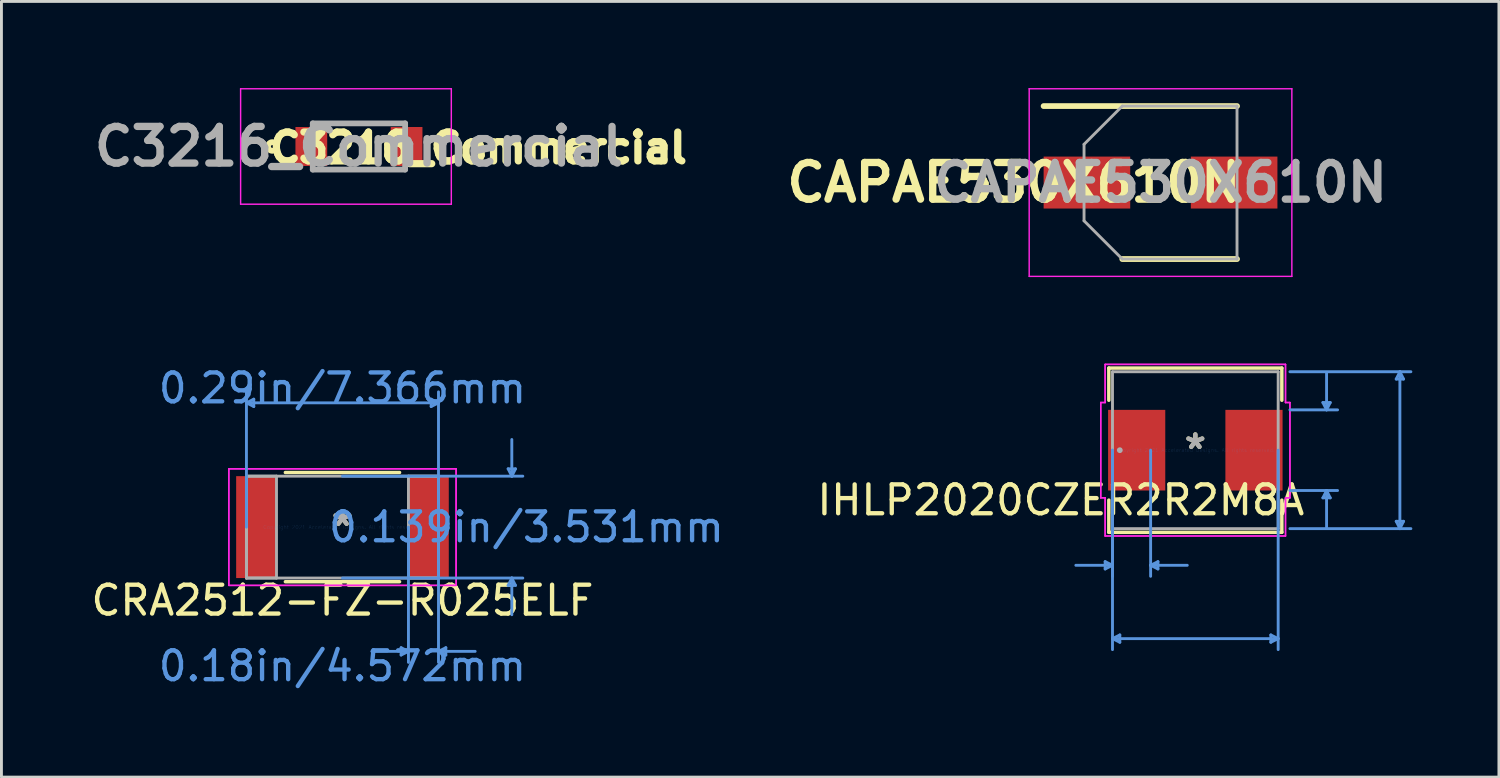
<source format=kicad_pcb>
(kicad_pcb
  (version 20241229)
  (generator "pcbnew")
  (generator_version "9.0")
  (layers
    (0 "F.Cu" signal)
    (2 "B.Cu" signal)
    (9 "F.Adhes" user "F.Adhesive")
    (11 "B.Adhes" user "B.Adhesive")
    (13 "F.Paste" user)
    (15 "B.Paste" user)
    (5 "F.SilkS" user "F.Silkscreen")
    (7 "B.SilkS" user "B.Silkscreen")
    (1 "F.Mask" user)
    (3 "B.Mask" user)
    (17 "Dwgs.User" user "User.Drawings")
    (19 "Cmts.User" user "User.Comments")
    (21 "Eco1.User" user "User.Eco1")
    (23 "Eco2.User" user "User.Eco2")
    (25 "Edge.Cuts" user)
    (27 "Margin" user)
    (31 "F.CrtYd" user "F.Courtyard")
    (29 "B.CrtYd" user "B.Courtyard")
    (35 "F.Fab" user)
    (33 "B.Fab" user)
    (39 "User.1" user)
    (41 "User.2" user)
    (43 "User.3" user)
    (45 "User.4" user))
  (footprint "CAPAE530X610N"
    (layer "F.Cu")
    (at 37.157 3.275)
    (property "Reference" "CAPAE530X610N" (at -5.08 0 0) (layer "F.SilkS") (effects (font (size 1.27 1.27) (thickness 0.254))))
    (attr smd)
    (fp_line (start -4.05 -2.65) (end 2.65 -2.65) (stroke (width 0.2) (type solid)) (layer "F.SilkS"))
    (fp_line (start -1.325 2.65) (end 2.65 2.65) (stroke (width 0.2) (type solid)) (layer "F.SilkS"))
    (fp_line (start -4.55 -3.25) (end 4.55 -3.25) (stroke (width 0.05) (type solid)) (layer "F.CrtYd"))
    (fp_line (start -4.55 3.25) (end -4.55 -3.25) (stroke (width 0.05) (type solid)) (layer "F.CrtYd"))
    (fp_line (start 4.55 -3.25) (end 4.55 3.25) (stroke (width 0.05) (type solid)) (layer "F.CrtYd"))
    (fp_line (start 4.55 3.25) (end -4.55 3.25) (stroke (width 0.05) (type solid)) (layer "F.CrtYd"))
    (fp_line (start -2.65 -1.325) (end -2.65 1.325) (stroke (width 0.1) (type solid)) (layer "F.Fab"))
    (fp_line (start -2.65 1.325) (end -1.325 2.65) (stroke (width 0.1) (type solid)) (layer "F.Fab"))
    (fp_line (start -1.325 -2.65) (end -2.65 -1.325) (stroke (width 0.1) (type solid)) (layer "F.Fab"))
    (fp_line (start -1.325 2.65) (end 2.65 2.65) (stroke (width 0.1) (type solid)) (layer "F.Fab"))
    (fp_line (start 2.65 -2.65) (end -1.325 -2.65) (stroke (width 0.1) (type solid)) (layer "F.Fab"))
    (fp_line (start 2.65 2.65) (end 2.65 -2.65) (stroke (width 0.1) (type solid)) (layer "F.Fab"))
    (fp_text user "${REFERENCE}" (at 0 0 0) (layer "F.Fab") (effects (font (size 1.27 1.27) (thickness 0.254))))
    (pad "1" smd rect (at -2.55 0 90) (size 1.8 3) (layers "F.Cu" "F.Mask" "F.Paste"))
    (pad "2" smd rect (at 2.55 0 90) (size 1.8 3) (layers "F.Cu" "F.Mask" "F.Paste")))
  (footprint "C3216_Commercial"
    (layer "F.Cu")
    (at 9.386 2.025)
    (property "Reference" "C3216_Commercial" (at 4.14 0.05 0) (layer "F.SilkS") (effects (font (size 1 1) (thickness 0.25))))
    (attr smd)
    (fp_circle (center -3 0) (end -3 0.05) (stroke (width 0.2) (type solid)) (fill no) (layer "F.SilkS"))
    (fp_line (start -4.1 -2) (end 3.2 -2) (stroke (width 0.05) (type solid)) (layer "F.CrtYd"))
    (fp_line (start -4.1 2) (end -4.1 -2) (stroke (width 0.05) (type solid)) (layer "F.CrtYd"))
    (fp_line (start 3.2 -2) (end 3.2 2) (stroke (width 0.05) (type solid)) (layer "F.CrtYd"))
    (fp_line (start 3.2 2) (end -4.1 2) (stroke (width 0.05) (type solid)) (layer "F.CrtYd"))
    (fp_line (start -1.6 -0.8) (end 1.6 -0.8) (stroke (width 0.2) (type solid)) (layer "F.Fab"))
    (fp_line (start -1.6 0.8) (end -1.6 -0.8) (stroke (width 0.2) (type solid)) (layer "F.Fab"))
    (fp_line (start 1.6 -0.8) (end 1.6 0.8) (stroke (width 0.2) (type solid)) (layer "F.Fab"))
    (fp_line (start 1.6 0.8) (end -1.6 0.8) (stroke (width 0.2) (type solid)) (layer "F.Fab"))
    (fp_text user "${REFERENCE}" (at 0 0 0) (layer "F.Fab") (effects (font (size 1.27 1.27) (thickness 0.254))))
    (pad "1" smd rect (at -1.65 0) (size 1.1 1.35) (layers "F.Cu" "F.Mask" "F.Paste"))
    (pad "2" smd rect (at 1.65 0) (size 1.1 1.35) (layers "F.Cu" "F.Mask" "F.Paste")))
  (footprint "CRA2512-FZ-R025ELF"
    (layer "F.Cu")
    (at 8.815 15.212)
    (property "Reference" "CRA2512-FZ-R025ELF" (at 0 2.54 180) (layer "F.SilkS") (effects (font (size 1 1) (thickness 0.15))))
    (attr through_hole)
    (fp_line (start -1.978 1.892) (end 1.978 1.892) (stroke (width 0.12) (type solid)) (layer "F.SilkS"))
    (fp_line (start 1.978 -1.892) (end -1.978 -1.892) (stroke (width 0.12) (type solid)) (layer "F.SilkS"))
    (fp_line (start -3.327 -4.305) (end -3.073 -4.432) (stroke (width 0.1) (type solid)) (layer "Cmts.User"))
    (fp_line (start -3.327 -4.305) (end -3.073 -4.178) (stroke (width 0.1) (type solid)) (layer "Cmts.User"))
    (fp_line (start -3.327 -4.305) (end 3.327 -4.305) (stroke (width 0.1) (type solid)) (layer "Cmts.User"))
    (fp_line (start -3.327 0) (end -3.327 -4.686) (stroke (width 0.1) (type solid)) (layer "Cmts.User"))
    (fp_line (start -3.073 -4.432) (end -3.073 -4.178) (stroke (width 0.1) (type solid)) (layer "Cmts.User"))
    (fp_line (start 0 -1.765) (end 6.248 -1.765) (stroke (width 0.1) (type solid)) (layer "Cmts.User"))
    (fp_line (start 0 1.765) (end 6.248 1.765) (stroke (width 0.1) (type solid)) (layer "Cmts.User"))
    (fp_line (start 2.032 4.178) (end 2.032 4.432) (stroke (width 0.1) (type solid)) (layer "Cmts.User"))
    (fp_line (start 2.286 0) (end 2.286 4.686) (stroke (width 0.1) (type solid)) (layer "Cmts.User"))
    (fp_line (start 2.286 4.305) (end 1.016 4.305) (stroke (width 0.1) (type solid)) (layer "Cmts.User"))
    (fp_line (start 2.286 4.305) (end 2.032 4.178) (stroke (width 0.1) (type solid)) (layer "Cmts.User"))
    (fp_line (start 2.286 4.305) (end 2.032 4.432) (stroke (width 0.1) (type solid)) (layer "Cmts.User"))
    (fp_line (start 3.073 -4.432) (end 3.073 -4.178) (stroke (width 0.1) (type solid)) (layer "Cmts.User"))
    (fp_line (start 3.327 -4.305) (end 3.073 -4.432) (stroke (width 0.1) (type solid)) (layer "Cmts.User"))
    (fp_line (start 3.327 -4.305) (end 3.073 -4.178) (stroke (width 0.1) (type solid)) (layer "Cmts.User"))
    (fp_line (start 3.327 0) (end 3.327 -4.686) (stroke (width 0.1) (type solid)) (layer "Cmts.User"))
    (fp_line (start 3.327 0) (end 3.327 4.686) (stroke (width 0.1) (type solid)) (layer "Cmts.User"))
    (fp_line (start 3.327 4.305) (end 3.581 4.178) (stroke (width 0.1) (type solid)) (layer "Cmts.User"))
    (fp_line (start 3.327 4.305) (end 3.581 4.432) (stroke (width 0.1) (type solid)) (layer "Cmts.User"))
    (fp_line (start 3.327 4.305) (end 4.597 4.305) (stroke (width 0.1) (type solid)) (layer "Cmts.User"))
    (fp_line (start 3.581 4.178) (end 3.581 4.432) (stroke (width 0.1) (type solid)) (layer "Cmts.User"))
    (fp_line (start 5.74 -2.019) (end 5.994 -2.019) (stroke (width 0.1) (type solid)) (layer "Cmts.User"))
    (fp_line (start 5.74 2.019) (end 5.994 2.019) (stroke (width 0.1) (type solid)) (layer "Cmts.User"))
    (fp_line (start 5.867 -1.765) (end 5.74 -2.019) (stroke (width 0.1) (type solid)) (layer "Cmts.User"))
    (fp_line (start 5.867 -1.765) (end 5.867 -3.035) (stroke (width 0.1) (type solid)) (layer "Cmts.User"))
    (fp_line (start 5.867 -1.765) (end 5.994 -2.019) (stroke (width 0.1) (type solid)) (layer "Cmts.User"))
    (fp_line (start 5.867 1.765) (end 5.74 2.019) (stroke (width 0.1) (type solid)) (layer "Cmts.User"))
    (fp_line (start 5.867 1.765) (end 5.867 3.035) (stroke (width 0.1) (type solid)) (layer "Cmts.User"))
    (fp_line (start 5.867 1.765) (end 5.994 2.019) (stroke (width 0.1) (type solid)) (layer "Cmts.User"))
    (fp_line (start -3.937 -2.019) (end 3.937 -2.019) (stroke (width 0.05) (type solid)) (layer "F.CrtYd"))
    (fp_line (start -3.937 -2.019) (end 3.937 -2.019) (stroke (width 0.05) (type solid)) (layer "F.CrtYd"))
    (fp_line (start -3.937 2.019) (end -3.937 -2.019) (stroke (width 0.05) (type solid)) (layer "F.CrtYd"))
    (fp_line (start -3.937 2.019) (end -3.937 -2.019) (stroke (width 0.05) (type solid)) (layer "F.CrtYd"))
    (fp_line (start 3.937 -2.019) (end 3.937 2.019) (stroke (width 0.05) (type solid)) (layer "F.CrtYd"))
    (fp_line (start 3.937 -2.019) (end 3.937 2.019) (stroke (width 0.05) (type solid)) (layer "F.CrtYd"))
    (fp_line (start 3.937 2.019) (end -3.937 2.019) (stroke (width 0.05) (type solid)) (layer "F.CrtYd"))
    (fp_line (start 3.937 2.019) (end -3.937 2.019) (stroke (width 0.05) (type solid)) (layer "F.CrtYd"))
    (fp_line (start -3.327 -1.765) (end -3.327 1.765) (stroke (width 0.1) (type solid)) (layer "F.Fab"))
    (fp_line (start -3.327 -1.765) (end -3.327 1.765) (stroke (width 0.1) (type solid)) (layer "F.Fab"))
    (fp_line (start -3.327 1.765) (end -2.286 1.765) (stroke (width 0.1) (type solid)) (layer "F.Fab"))
    (fp_line (start -3.327 1.765) (end 3.327 1.765) (stroke (width 0.1) (type solid)) (layer "F.Fab"))
    (fp_line (start -2.286 -1.765) (end -3.327 -1.765) (stroke (width 0.1) (type solid)) (layer "F.Fab"))
    (fp_line (start -2.286 1.765) (end -2.286 -1.765) (stroke (width 0.1) (type solid)) (layer "F.Fab"))
    (fp_line (start 2.286 -1.765) (end 2.286 1.765) (stroke (width 0.1) (type solid)) (layer "F.Fab"))
    (fp_line (start 2.286 1.765) (end 3.327 1.765) (stroke (width 0.1) (type solid)) (layer "F.Fab"))
    (fp_line (start 3.327 -1.765) (end -3.327 -1.765) (stroke (width 0.1) (type solid)) (layer "F.Fab"))
    (fp_line (start 3.327 -1.765) (end 2.286 -1.765) (stroke (width 0.1) (type solid)) (layer "F.Fab"))
    (fp_line (start 3.327 1.765) (end 3.327 -1.765) (stroke (width 0.1) (type solid)) (layer "F.Fab"))
    (fp_line (start 3.327 1.765) (end 3.327 -1.765) (stroke (width 0.1) (type solid)) (layer "F.Fab"))
    (fp_text user "*" (at 0 0 180) (layer "F.SilkS") (effects (font (size 1 1) (thickness 0.15))))
    (fp_text user "0.139in/3.531mm" (at 6.375 0 180) (layer "Cmts.User") (effects (font (size 1 1) (thickness 0.15))))
    (fp_text user "0.29in/7.366mm" (at 0 -4.813 180) (layer "Cmts.User") (effects (font (size 1 1) (thickness 0.15))))
    (fp_text user "Copyright 2021 Accelerated Designs. All rights reserved." (at 0 0 180) (layer "Cmts.User") (effects (font (size 0.127 0.127) (thickness 0.002))))
    (fp_text user "0.18in/4.572mm" (at 0 4.813 180) (layer "Cmts.User") (effects (font (size 1 1) (thickness 0.15))))
    (fp_text user "*" (at 0 0 180) (layer "F.Fab") (effects (font (size 1 1) (thickness 0.15))))
    (pad "1" smd rect (at -2.985 0) (size 1.397 3.531) (layers "F.Cu" "F.Mask" "F.Paste"))
    (pad "2" smd rect (at 2.985 0) (size 1.397 3.531) (layers "F.Cu" "F.Mask" "F.Paste")))
  (footprint "IHLP2020CZER2R2M8A"
    (layer "F.Cu")
    (at 38.363 12.547)
    (property "Reference" "IHLP2020CZER2R2M8A" (at -4.66 1.73 0) (layer "F.SilkS") (effects (font (size 1 1) (thickness 0.15))))
    (attr through_hole)
    (fp_line (start -2.997 -2.845) (end -2.997 -1.73) (stroke (width 0.12) (type solid)) (layer "F.SilkS"))
    (fp_line (start -2.997 1.73) (end -2.997 2.845) (stroke (width 0.12) (type solid)) (layer "F.SilkS"))
    (fp_line (start -2.997 2.845) (end 2.997 2.845) (stroke (width 0.12) (type solid)) (layer "F.SilkS"))
    (fp_line (start 2.997 -2.845) (end -2.997 -2.845) (stroke (width 0.12) (type solid)) (layer "F.SilkS"))
    (fp_line (start 2.997 -1.73) (end 2.997 -2.845) (stroke (width 0.12) (type solid)) (layer "F.SilkS"))
    (fp_line (start 2.997 2.845) (end 2.997 1.73) (stroke (width 0.12) (type solid)) (layer "F.SilkS"))
    (fp_line (start -3.124 3.861) (end -3.124 4.115) (stroke (width 0.1) (type solid)) (layer "Cmts.User"))
    (fp_line (start -2.87 0) (end -2.87 4.369) (stroke (width 0.1) (type solid)) (layer "Cmts.User"))
    (fp_line (start -2.87 0) (end -2.87 6.909) (stroke (width 0.1) (type solid)) (layer "Cmts.User"))
    (fp_line (start -2.87 3.988) (end -4.14 3.988) (stroke (width 0.1) (type solid)) (layer "Cmts.User"))
    (fp_line (start -2.87 3.988) (end -3.124 3.861) (stroke (width 0.1) (type solid)) (layer "Cmts.User"))
    (fp_line (start -2.87 3.988) (end -3.124 4.115) (stroke (width 0.1) (type solid)) (layer "Cmts.User"))
    (fp_line (start -2.87 6.528) (end -2.616 6.401) (stroke (width 0.1) (type solid)) (layer "Cmts.User"))
    (fp_line (start -2.87 6.528) (end -2.616 6.655) (stroke (width 0.1) (type solid)) (layer "Cmts.User"))
    (fp_line (start -2.87 6.528) (end 2.87 6.528) (stroke (width 0.1) (type solid)) (layer "Cmts.User"))
    (fp_line (start -2.616 6.401) (end -2.616 6.655) (stroke (width 0.1) (type solid)) (layer "Cmts.User"))
    (fp_line (start -1.549 0) (end -1.549 4.369) (stroke (width 0.1) (type solid)) (layer "Cmts.User"))
    (fp_line (start -1.549 3.988) (end -1.295 3.861) (stroke (width 0.1) (type solid)) (layer "Cmts.User"))
    (fp_line (start -1.549 3.988) (end -1.295 4.115) (stroke (width 0.1) (type solid)) (layer "Cmts.User"))
    (fp_line (start -1.549 3.988) (end -0.279 3.988) (stroke (width 0.1) (type solid)) (layer "Cmts.User"))
    (fp_line (start -1.295 3.861) (end -1.295 4.115) (stroke (width 0.1) (type solid)) (layer "Cmts.User"))
    (fp_line (start 2.616 6.401) (end 2.616 6.655) (stroke (width 0.1) (type solid)) (layer "Cmts.User"))
    (fp_line (start 2.87 0) (end 2.87 6.909) (stroke (width 0.1) (type solid)) (layer "Cmts.User"))
    (fp_line (start 2.87 6.528) (end 2.616 6.401) (stroke (width 0.1) (type solid)) (layer "Cmts.User"))
    (fp_line (start 2.87 6.528) (end 2.616 6.655) (stroke (width 0.1) (type solid)) (layer "Cmts.User"))
    (fp_line (start 3.277 -2.718) (end 7.468 -2.718) (stroke (width 0.1) (type solid)) (layer "Cmts.User"))
    (fp_line (start 3.277 -1.397) (end 4.928 -1.397) (stroke (width 0.1) (type solid)) (layer "Cmts.User"))
    (fp_line (start 3.277 1.397) (end 4.928 1.397) (stroke (width 0.1) (type solid)) (layer "Cmts.User"))
    (fp_line (start 3.277 2.718) (end 7.468 2.718) (stroke (width 0.1) (type solid)) (layer "Cmts.User"))
    (fp_line (start 4.42 -1.651) (end 4.674 -1.651) (stroke (width 0.1) (type solid)) (layer "Cmts.User"))
    (fp_line (start 4.42 1.651) (end 4.674 1.651) (stroke (width 0.1) (type solid)) (layer "Cmts.User"))
    (fp_line (start 4.547 -1.397) (end 4.42 -1.651) (stroke (width 0.1) (type solid)) (layer "Cmts.User"))
    (fp_line (start 4.547 -1.397) (end 4.547 -2.667) (stroke (width 0.1) (type solid)) (layer "Cmts.User"))
    (fp_line (start 4.547 -1.397) (end 4.674 -1.651) (stroke (width 0.1) (type solid)) (layer "Cmts.User"))
    (fp_line (start 4.547 1.397) (end 4.42 1.651) (stroke (width 0.1) (type solid)) (layer "Cmts.User"))
    (fp_line (start 4.547 1.397) (end 4.547 2.667) (stroke (width 0.1) (type solid)) (layer "Cmts.User"))
    (fp_line (start 4.547 1.397) (end 4.674 1.651) (stroke (width 0.1) (type solid)) (layer "Cmts.User"))
    (fp_line (start 6.96 -2.464) (end 7.214 -2.464) (stroke (width 0.1) (type solid)) (layer "Cmts.User"))
    (fp_line (start 6.96 2.464) (end 7.214 2.464) (stroke (width 0.1) (type solid)) (layer "Cmts.User"))
    (fp_line (start 7.087 -2.718) (end 6.96 -2.464) (stroke (width 0.1) (type solid)) (layer "Cmts.User"))
    (fp_line (start 7.087 -2.718) (end 7.087 2.718) (stroke (width 0.1) (type solid)) (layer "Cmts.User"))
    (fp_line (start 7.087 -2.718) (end 7.214 -2.464) (stroke (width 0.1) (type solid)) (layer "Cmts.User"))
    (fp_line (start 7.087 2.718) (end 6.96 2.464) (stroke (width 0.1) (type solid)) (layer "Cmts.User"))
    (fp_line (start 7.087 2.718) (end 7.214 2.464) (stroke (width 0.1) (type solid)) (layer "Cmts.User"))
    (fp_line (start -3.277 -1.651) (end -3.124 -1.651) (stroke (width 0.05) (type solid)) (layer "F.CrtYd"))
    (fp_line (start -3.277 -1.651) (end -3.124 -1.651) (stroke (width 0.05) (type solid)) (layer "F.CrtYd"))
    (fp_line (start -3.277 1.651) (end -3.277 -1.651) (stroke (width 0.05) (type solid)) (layer "F.CrtYd"))
    (fp_line (start -3.277 1.651) (end -3.277 -1.651) (stroke (width 0.05) (type solid)) (layer "F.CrtYd"))
    (fp_line (start -3.124 -2.972) (end 3.124 -2.972) (stroke (width 0.05) (type solid)) (layer "F.CrtYd"))
    (fp_line (start -3.124 -2.972) (end 3.124 -2.972) (stroke (width 0.05) (type solid)) (layer "F.CrtYd"))
    (fp_line (start -3.124 -1.651) (end -3.124 -2.972) (stroke (width 0.05) (type solid)) (layer "F.CrtYd"))
    (fp_line (start -3.124 -1.651) (end -3.124 -2.972) (stroke (width 0.05) (type solid)) (layer "F.CrtYd"))
    (fp_line (start -3.124 1.651) (end -3.277 1.651) (stroke (width 0.05) (type solid)) (layer "F.CrtYd"))
    (fp_line (start -3.124 1.651) (end -3.277 1.651) (stroke (width 0.05) (type solid)) (layer "F.CrtYd"))
    (fp_line (start -3.124 2.972) (end -3.124 1.651) (stroke (width 0.05) (type solid)) (layer "F.CrtYd"))
    (fp_line (start -3.124 2.972) (end -3.124 1.651) (stroke (width 0.05) (type solid)) (layer "F.CrtYd"))
    (fp_line (start 3.124 -2.972) (end 3.124 -1.651) (stroke (width 0.05) (type solid)) (layer "F.CrtYd"))
    (fp_line (start 3.124 -2.972) (end 3.124 -1.651) (stroke (width 0.05) (type solid)) (layer "F.CrtYd"))
    (fp_line (start 3.124 -1.651) (end 3.277 -1.651) (stroke (width 0.05) (type solid)) (layer "F.CrtYd"))
    (fp_line (start 3.124 -1.651) (end 3.277 -1.651) (stroke (width 0.05) (type solid)) (layer "F.CrtYd"))
    (fp_line (start 3.124 1.651) (end 3.124 2.972) (stroke (width 0.05) (type solid)) (layer "F.CrtYd"))
    (fp_line (start 3.124 1.651) (end 3.124 2.972) (stroke (width 0.05) (type solid)) (layer "F.CrtYd"))
    (fp_line (start 3.124 2.972) (end -3.124 2.972) (stroke (width 0.05) (type solid)) (layer "F.CrtYd"))
    (fp_line (start 3.124 2.972) (end -3.124 2.972) (stroke (width 0.05) (type solid)) (layer "F.CrtYd"))
    (fp_line (start 3.277 -1.651) (end 3.277 1.651) (stroke (width 0.05) (type solid)) (layer "F.CrtYd"))
    (fp_line (start 3.277 -1.651) (end 3.277 1.651) (stroke (width 0.05) (type solid)) (layer "F.CrtYd"))
    (fp_line (start 3.277 1.651) (end 3.124 1.651) (stroke (width 0.05) (type solid)) (layer "F.CrtYd"))
    (fp_line (start 3.277 1.651) (end 3.124 1.651) (stroke (width 0.05) (type solid)) (layer "F.CrtYd"))
    (fp_line (start -2.87 -2.718) (end -2.87 2.718) (stroke (width 0.1) (type solid)) (layer "F.Fab"))
    (fp_line (start -2.87 2.718) (end 2.87 2.718) (stroke (width 0.1) (type solid)) (layer "F.Fab"))
    (fp_line (start 2.87 -2.718) (end -2.87 -2.718) (stroke (width 0.1) (type solid)) (layer "F.Fab"))
    (fp_line (start 2.87 2.718) (end 2.87 -2.718) (stroke (width 0.1) (type solid)) (layer "F.Fab"))
    (fp_circle (center -2.616 0) (end -2.616 0) (stroke (width 0.1) (type solid)) (fill no) (layer "F.Fab"))
    (fp_text user "*" (at 0 0 0) (layer "F.SilkS") (effects (font (size 1 1) (thickness 0.15))))
    (fp_text user "Copyright 2021 Accelerated Designs. All rights reserved." (at 0 0 0) (layer "Cmts.User") (effects (font (size 0.127 0.127) (thickness 0.002))))
    (fp_text user "*" (at 0 0 0) (layer "F.Fab") (effects (font (size 1 1) (thickness 0.15))))
    (pad "1" smd rect (at -2.032 0 90) (size 2.794 1.981) (layers "F.Cu" "F.Mask" "F.Paste"))
    (pad "2" smd rect (at 2.032 0 90) (size 2.794 1.981) (layers "F.Cu" "F.Mask" "F.Paste")))
  (gr_rect
    (start -3 -3)
    (end 48.881 23.873)
    (stroke (width 0.1) (type default))
    (fill no)
    (layer "Edge.Cuts")))
</source>
